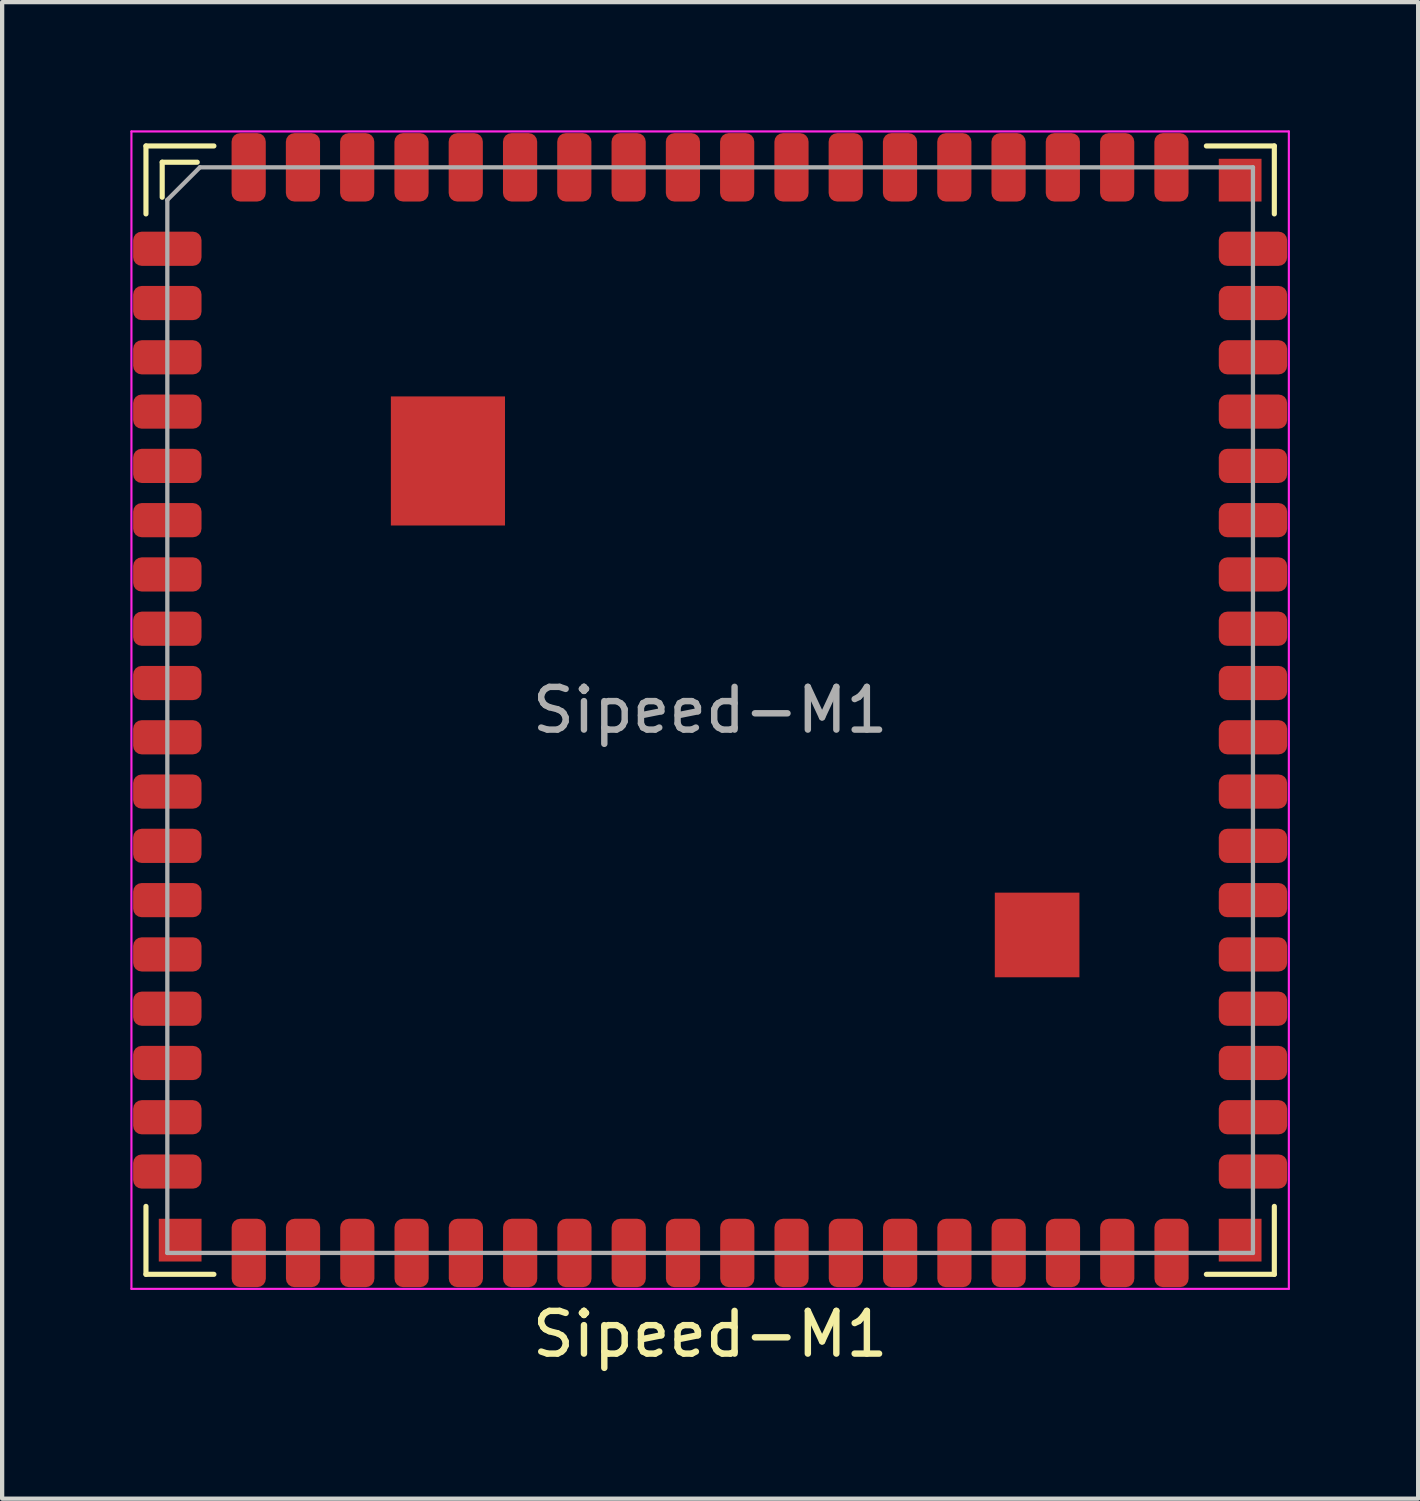
<source format=kicad_pcb>
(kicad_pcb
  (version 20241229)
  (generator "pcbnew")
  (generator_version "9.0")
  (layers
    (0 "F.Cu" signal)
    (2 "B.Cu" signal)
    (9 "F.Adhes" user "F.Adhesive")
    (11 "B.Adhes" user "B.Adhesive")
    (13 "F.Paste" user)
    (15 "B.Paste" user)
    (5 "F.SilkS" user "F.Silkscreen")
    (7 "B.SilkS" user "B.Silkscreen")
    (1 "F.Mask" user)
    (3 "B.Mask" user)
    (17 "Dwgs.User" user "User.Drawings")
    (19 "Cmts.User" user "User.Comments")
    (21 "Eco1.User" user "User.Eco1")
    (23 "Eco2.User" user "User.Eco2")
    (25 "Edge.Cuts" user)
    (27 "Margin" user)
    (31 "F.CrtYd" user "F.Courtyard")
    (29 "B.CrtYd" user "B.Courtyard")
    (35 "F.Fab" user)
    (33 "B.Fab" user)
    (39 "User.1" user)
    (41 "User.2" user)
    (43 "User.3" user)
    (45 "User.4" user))
  (footprint "Sipeed-M1"
    (layer "F.Cu")
    (at 13.565 13.565)
    (property "Reference" "Sipeed-M1" (at 0 14.6 0) (layer "F.SilkS") (effects (font (size 1 1) (thickness 0.15))))
    (attr smd)
    (fp_line (start -13.2 -13.2) (end -13.2 -11.61) (stroke (width 0.12) (type solid)) (layer "F.SilkS"))
    (fp_line (start -13.2 13.2) (end -13.2 11.61) (stroke (width 0.12) (type solid)) (layer "F.SilkS"))
    (fp_line (start -12.82 -12.82) (end -12.82 -12) (stroke (width 0.12) (type solid)) (layer "F.SilkS"))
    (fp_line (start -12 -12.82) (end -12.82 -12.82) (stroke (width 0.12) (type solid)) (layer "F.SilkS"))
    (fp_line (start -11.61 -13.2) (end -13.2 -13.2) (stroke (width 0.12) (type solid)) (layer "F.SilkS"))
    (fp_line (start -11.61 13.2) (end -13.2 13.2) (stroke (width 0.12) (type solid)) (layer "F.SilkS"))
    (fp_line (start 11.61 13.2) (end 13.2 13.2) (stroke (width 0.12) (type solid)) (layer "F.SilkS"))
    (fp_line (start 13.2 -13.2) (end 11.61 -13.2) (stroke (width 0.12) (type solid)) (layer "F.SilkS"))
    (fp_line (start 13.2 -11.61) (end 13.2 -13.2) (stroke (width 0.12) (type solid)) (layer "F.SilkS"))
    (fp_line (start 13.2 13.2) (end 13.2 11.61) (stroke (width 0.12) (type solid)) (layer "F.SilkS"))
    (fp_line (start -13.54 -13.54) (end 13.54 -13.54) (stroke (width 0.05) (type solid)) (layer "F.CrtYd"))
    (fp_line (start -13.54 13.54) (end -13.54 -13.54) (stroke (width 0.05) (type solid)) (layer "F.CrtYd"))
    (fp_line (start 13.54 -13.54) (end 13.54 13.54) (stroke (width 0.05) (type solid)) (layer "F.CrtYd"))
    (fp_line (start 13.54 13.54) (end -13.54 13.54) (stroke (width 0.05) (type solid)) (layer "F.CrtYd"))
    (fp_line (start -12.7 -11.938) (end -11.938 -12.7) (stroke (width 0.1) (type solid)) (layer "F.Fab"))
    (fp_line (start -12.7 12.7) (end -12.7 -11.938) (stroke (width 0.1) (type solid)) (layer "F.Fab"))
    (fp_line (start -11.938 -12.7) (end 12.7 -12.7) (stroke (width 0.1) (type solid)) (layer "F.Fab"))
    (fp_line (start 12.7 -12.7) (end 12.7 12.7) (stroke (width 0.1) (type solid)) (layer "F.Fab"))
    (fp_line (start 12.7 12.7) (end -12.7 12.7) (stroke (width 0.1) (type solid)) (layer "F.Fab"))
    (fp_text user "${REFERENCE}" (at 0 0 0) (layer "F.Fab") (effects (font (size 1 1) (thickness 0.15))))
    (pad "" smd roundrect (at -6.8 -6.582) (size 1.18 1.355) (layers "F.Paste") (roundrect_rratio 0.25))
    (pad "" smd roundrect (at -6.8 -5.077) (size 1.18 1.355) (layers "F.Paste") (roundrect_rratio 0.25))
    (pad "" smd roundrect (at -5.47 -6.582) (size 1.18 1.355) (layers "F.Paste") (roundrect_rratio 0.25))
    (pad "" smd roundrect (at -5.47 -5.077) (size 1.18 1.355) (layers "F.Paste") (roundrect_rratio 0.25))
    (pad "" smd roundrect (at 7.157 4.762) (size 0.835 0.835) (layers "F.Paste") (roundrect_rratio 0.25))
    (pad "" smd roundrect (at 7.157 5.753) (size 0.835 0.835) (layers "F.Paste") (roundrect_rratio 0.25))
    (pad "" smd roundrect (at 8.143 4.762) (size 0.835 0.835) (layers "F.Paste") (roundrect_rratio 0.25))
    (pad "" smd roundrect (at 8.143 5.753) (size 0.835 0.835) (layers "F.Paste") (roundrect_rratio 0.25))
    (pad "1" smd roundrect (at -12.7 -10.795) (size 1.6 0.8) (layers "F.Cu" "F.Mask" "F.Paste") (roundrect_rratio 0.25))
    (pad "2" smd roundrect (at -12.7 -9.525) (size 1.6 0.8) (layers "F.Cu" "F.Mask" "F.Paste") (roundrect_rratio 0.25))
    (pad "3" smd roundrect (at -12.7 -8.255) (size 1.6 0.8) (layers "F.Cu" "F.Mask" "F.Paste") (roundrect_rratio 0.25))
    (pad "4" smd roundrect (at -12.7 -6.985) (size 1.6 0.8) (layers "F.Cu" "F.Mask" "F.Paste") (roundrect_rratio 0.25))
    (pad "5" smd roundrect (at -12.7 -5.715) (size 1.6 0.8) (layers "F.Cu" "F.Mask" "F.Paste") (roundrect_rratio 0.25))
    (pad "6" smd roundrect (at -12.7 -4.445) (size 1.6 0.8) (layers "F.Cu" "F.Mask" "F.Paste") (roundrect_rratio 0.25))
    (pad "7" smd roundrect (at -12.7 -3.175) (size 1.6 0.8) (layers "F.Cu" "F.Mask" "F.Paste") (roundrect_rratio 0.25))
    (pad "8" smd roundrect (at -12.7 -1.905) (size 1.6 0.8) (layers "F.Cu" "F.Mask" "F.Paste") (roundrect_rratio 0.25))
    (pad "9" smd roundrect (at -12.7 -0.635) (size 1.6 0.8) (layers "F.Cu" "F.Mask" "F.Paste") (roundrect_rratio 0.25))
    (pad "10" smd roundrect (at -12.7 0.635) (size 1.6 0.8) (layers "F.Cu" "F.Mask" "F.Paste") (roundrect_rratio 0.25))
    (pad "11" smd roundrect (at -12.7 1.905) (size 1.6 0.8) (layers "F.Cu" "F.Mask" "F.Paste") (roundrect_rratio 0.25))
    (pad "12" smd roundrect (at -12.7 3.175) (size 1.6 0.8) (layers "F.Cu" "F.Mask" "F.Paste") (roundrect_rratio 0.25))
    (pad "13" smd roundrect (at -12.7 4.445) (size 1.6 0.8) (layers "F.Cu" "F.Mask" "F.Paste") (roundrect_rratio 0.25))
    (pad "14" smd roundrect (at -12.7 5.715) (size 1.6 0.8) (layers "F.Cu" "F.Mask" "F.Paste") (roundrect_rratio 0.25))
    (pad "15" smd roundrect (at -12.7 6.985) (size 1.6 0.8) (layers "F.Cu" "F.Mask" "F.Paste") (roundrect_rratio 0.25))
    (pad "16" smd roundrect (at -12.7 8.255) (size 1.6 0.8) (layers "F.Cu" "F.Mask" "F.Paste") (roundrect_rratio 0.25))
    (pad "17" smd roundrect (at -12.7 9.525) (size 1.6 0.8) (layers "F.Cu" "F.Mask" "F.Paste") (roundrect_rratio 0.25))
    (pad "18" smd roundrect (at -12.7 10.795) (size 1.6 0.8) (layers "F.Cu" "F.Mask" "F.Paste") (roundrect_rratio 0.25))
    (pad "19" smd roundrect (at -10.795 12.7 90) (size 1.6 0.8) (layers "F.Cu" "F.Mask" "F.Paste") (roundrect_rratio 0.25))
    (pad "20" smd roundrect (at -9.525 12.7 90) (size 1.6 0.8) (layers "F.Cu" "F.Mask" "F.Paste") (roundrect_rratio 0.25))
    (pad "21" smd roundrect (at -8.255 12.7 90) (size 1.6 0.8) (layers "F.Cu" "F.Mask" "F.Paste") (roundrect_rratio 0.25))
    (pad "22" smd roundrect (at -6.985 12.7 90) (size 1.6 0.8) (layers "F.Cu" "F.Mask" "F.Paste") (roundrect_rratio 0.25))
    (pad "23" smd roundrect (at -5.715 12.7 90) (size 1.6 0.8) (layers "F.Cu" "F.Mask" "F.Paste") (roundrect_rratio 0.25))
    (pad "24" smd roundrect (at -4.445 12.7 90) (size 1.6 0.8) (layers "F.Cu" "F.Mask" "F.Paste") (roundrect_rratio 0.25))
    (pad "25" smd roundrect (at -3.175 12.7 90) (size 1.6 0.8) (layers "F.Cu" "F.Mask" "F.Paste") (roundrect_rratio 0.25))
    (pad "26" smd roundrect (at -1.905 12.7 90) (size 1.6 0.8) (layers "F.Cu" "F.Mask" "F.Paste") (roundrect_rratio 0.25))
    (pad "27" smd roundrect (at -0.635 12.7 90) (size 1.6 0.8) (layers "F.Cu" "F.Mask" "F.Paste") (roundrect_rratio 0.25))
    (pad "28" smd roundrect (at 0.635 12.7 90) (size 1.6 0.8) (layers "F.Cu" "F.Mask" "F.Paste") (roundrect_rratio 0.25))
    (pad "29" smd roundrect (at 1.905 12.7 90) (size 1.6 0.8) (layers "F.Cu" "F.Mask" "F.Paste") (roundrect_rratio 0.25))
    (pad "30" smd roundrect (at 3.175 12.7 90) (size 1.6 0.8) (layers "F.Cu" "F.Mask" "F.Paste") (roundrect_rratio 0.25))
    (pad "31" smd roundrect (at 4.445 12.7 90) (size 1.6 0.8) (layers "F.Cu" "F.Mask" "F.Paste") (roundrect_rratio 0.25))
    (pad "32" smd roundrect (at 5.715 12.7 90) (size 1.6 0.8) (layers "F.Cu" "F.Mask" "F.Paste") (roundrect_rratio 0.25))
    (pad "33" smd roundrect (at 6.985 12.7 90) (size 1.6 0.8) (layers "F.Cu" "F.Mask" "F.Paste") (roundrect_rratio 0.25))
    (pad "34" smd roundrect (at 8.255 12.7 90) (size 1.6 0.8) (layers "F.Cu" "F.Mask" "F.Paste") (roundrect_rratio 0.25))
    (pad "35" smd roundrect (at 9.525 12.7 90) (size 1.6 0.8) (layers "F.Cu" "F.Mask" "F.Paste") (roundrect_rratio 0.25))
    (pad "36" smd roundrect (at 10.795 12.7 90) (size 1.6 0.8) (layers "F.Cu" "F.Mask" "F.Paste") (roundrect_rratio 0.25))
    (pad "37" smd roundrect (at 12.7 10.795 180) (size 1.6 0.8) (layers "F.Cu" "F.Mask" "F.Paste") (roundrect_rratio 0.25))
    (pad "38" smd roundrect (at 12.7 9.525 180) (size 1.6 0.8) (layers "F.Cu" "F.Mask" "F.Paste") (roundrect_rratio 0.25))
    (pad "39" smd roundrect (at 12.7 8.255 180) (size 1.6 0.8) (layers "F.Cu" "F.Mask" "F.Paste") (roundrect_rratio 0.25))
    (pad "40" smd roundrect (at 12.7 6.985 180) (size 1.6 0.8) (layers "F.Cu" "F.Mask" "F.Paste") (roundrect_rratio 0.25))
    (pad "41" smd roundrect (at 12.7 5.715 180) (size 1.6 0.8) (layers "F.Cu" "F.Mask" "F.Paste") (roundrect_rratio 0.25))
    (pad "42" smd roundrect (at 12.7 4.445 180) (size 1.6 0.8) (layers "F.Cu" "F.Mask" "F.Paste") (roundrect_rratio 0.25))
    (pad "43" smd roundrect (at 12.7 3.175 180) (size 1.6 0.8) (layers "F.Cu" "F.Mask" "F.Paste") (roundrect_rratio 0.25))
    (pad "44" smd roundrect (at 12.7 1.905 180) (size 1.6 0.8) (layers "F.Cu" "F.Mask" "F.Paste") (roundrect_rratio 0.25))
    (pad "45" smd roundrect (at 12.7 0.635 180) (size 1.6 0.8) (layers "F.Cu" "F.Mask" "F.Paste") (roundrect_rratio 0.25))
    (pad "46" smd roundrect (at 12.7 -0.635 180) (size 1.6 0.8) (layers "F.Cu" "F.Mask" "F.Paste") (roundrect_rratio 0.25))
    (pad "47" smd roundrect (at 12.7 -1.905 180) (size 1.6 0.8) (layers "F.Cu" "F.Mask" "F.Paste") (roundrect_rratio 0.25))
    (pad "48" smd roundrect (at 12.7 -3.175 180) (size 1.6 0.8) (layers "F.Cu" "F.Mask" "F.Paste") (roundrect_rratio 0.25))
    (pad "49" smd roundrect (at 12.7 -4.445 180) (size 1.6 0.8) (layers "F.Cu" "F.Mask" "F.Paste") (roundrect_rratio 0.25))
    (pad "50" smd roundrect (at 12.7 -5.715 180) (size 1.6 0.8) (layers "F.Cu" "F.Mask" "F.Paste") (roundrect_rratio 0.25))
    (pad "51" smd roundrect (at 12.7 -6.985 180) (size 1.6 0.8) (layers "F.Cu" "F.Mask" "F.Paste") (roundrect_rratio 0.25))
    (pad "52" smd roundrect (at 12.7 -8.255 180) (size 1.6 0.8) (layers "F.Cu" "F.Mask" "F.Paste") (roundrect_rratio 0.25))
    (pad "53" smd roundrect (at 12.7 -9.525 180) (size 1.6 0.8) (layers "F.Cu" "F.Mask" "F.Paste") (roundrect_rratio 0.25))
    (pad "54" smd roundrect (at 12.7 -10.795 180) (size 1.6 0.8) (layers "F.Cu" "F.Mask" "F.Paste") (roundrect_rratio 0.25))
    (pad "55" smd roundrect (at 10.793 -12.7 270) (size 1.6 0.8) (layers "F.Cu" "F.Mask" "F.Paste") (roundrect_rratio 0.25))
    (pad "56" smd roundrect (at 9.523 -12.7 270) (size 1.6 0.8) (layers "F.Cu" "F.Mask" "F.Paste") (roundrect_rratio 0.25))
    (pad "57" smd roundrect (at 8.252 -12.7 270) (size 1.6 0.8) (layers "F.Cu" "F.Mask" "F.Paste") (roundrect_rratio 0.25))
    (pad "58" smd roundrect (at 6.982 -12.7 270) (size 1.6 0.8) (layers "F.Cu" "F.Mask" "F.Paste") (roundrect_rratio 0.25))
    (pad "59" smd roundrect (at 5.713 -12.7 270) (size 1.6 0.8) (layers "F.Cu" "F.Mask" "F.Paste") (roundrect_rratio 0.25))
    (pad "60" smd roundrect (at 4.442 -12.7 270) (size 1.6 0.8) (layers "F.Cu" "F.Mask" "F.Paste") (roundrect_rratio 0.25))
    (pad "61" smd roundrect (at 3.172 -12.7 270) (size 1.6 0.8) (layers "F.Cu" "F.Mask" "F.Paste") (roundrect_rratio 0.25))
    (pad "62" smd roundrect (at 1.903 -12.7 270) (size 1.6 0.8) (layers "F.Cu" "F.Mask" "F.Paste") (roundrect_rratio 0.25))
    (pad "63" smd roundrect (at 0.632 -12.7 270) (size 1.6 0.8) (layers "F.Cu" "F.Mask" "F.Paste") (roundrect_rratio 0.25))
    (pad "64" smd roundrect (at -0.637 -12.7 270) (size 1.6 0.8) (layers "F.Cu" "F.Mask" "F.Paste") (roundrect_rratio 0.25))
    (pad "65" smd roundrect (at -1.907 -12.7 270) (size 1.6 0.8) (layers "F.Cu" "F.Mask" "F.Paste") (roundrect_rratio 0.25))
    (pad "66" smd roundrect (at -3.178 -12.7 270) (size 1.6 0.8) (layers "F.Cu" "F.Mask" "F.Paste") (roundrect_rratio 0.25))
    (pad "67" smd roundrect (at -4.447 -12.7 270) (size 1.6 0.8) (layers "F.Cu" "F.Mask" "F.Paste") (roundrect_rratio 0.25))
    (pad "68" smd roundrect (at -5.718 -12.7 270) (size 1.6 0.8) (layers "F.Cu" "F.Mask" "F.Paste") (roundrect_rratio 0.25))
    (pad "69" smd roundrect (at -6.987 -12.7 270) (size 1.6 0.8) (layers "F.Cu" "F.Mask" "F.Paste") (roundrect_rratio 0.25))
    (pad "70" smd roundrect (at -8.258 -12.7 270) (size 1.6 0.8) (layers "F.Cu" "F.Mask" "F.Paste") (roundrect_rratio 0.25))
    (pad "71" smd roundrect (at -9.527 -12.7 270) (size 1.6 0.8) (layers "F.Cu" "F.Mask" "F.Paste") (roundrect_rratio 0.25))
    (pad "72" smd roundrect (at -10.797 -12.7 270) (size 1.6 0.8) (layers "F.Cu" "F.Mask" "F.Paste") (roundrect_rratio 0.25))
    (pad "73" smd rect (at -6.135 -5.83) (size 2.67 3.02) (layers "F.Cu" "F.Mask"))
    (pad "74" smd rect (at 7.65 5.26) (size 1.98 1.98) (layers "F.Cu" "F.Mask"))
    (pad "75" smd rect (at 12.4 12.4 90) (size 1 1) (layers "F.Cu" "F.Mask" "F.Paste"))
    (pad "76" smd rect (at 12.4 -12.4 90) (size 1 1) (layers "F.Cu" "F.Mask" "F.Paste"))
    (pad "77" smd rect (at -12.4 12.4 90) (size 1 1) (layers "F.Cu" "F.Mask" "F.Paste")))
  (gr_rect
    (start -3 -3)
    (end 30.13 32.013)
    (stroke (width 0.1) (type default))
    (fill no)
    (layer "Edge.Cuts")))
</source>
